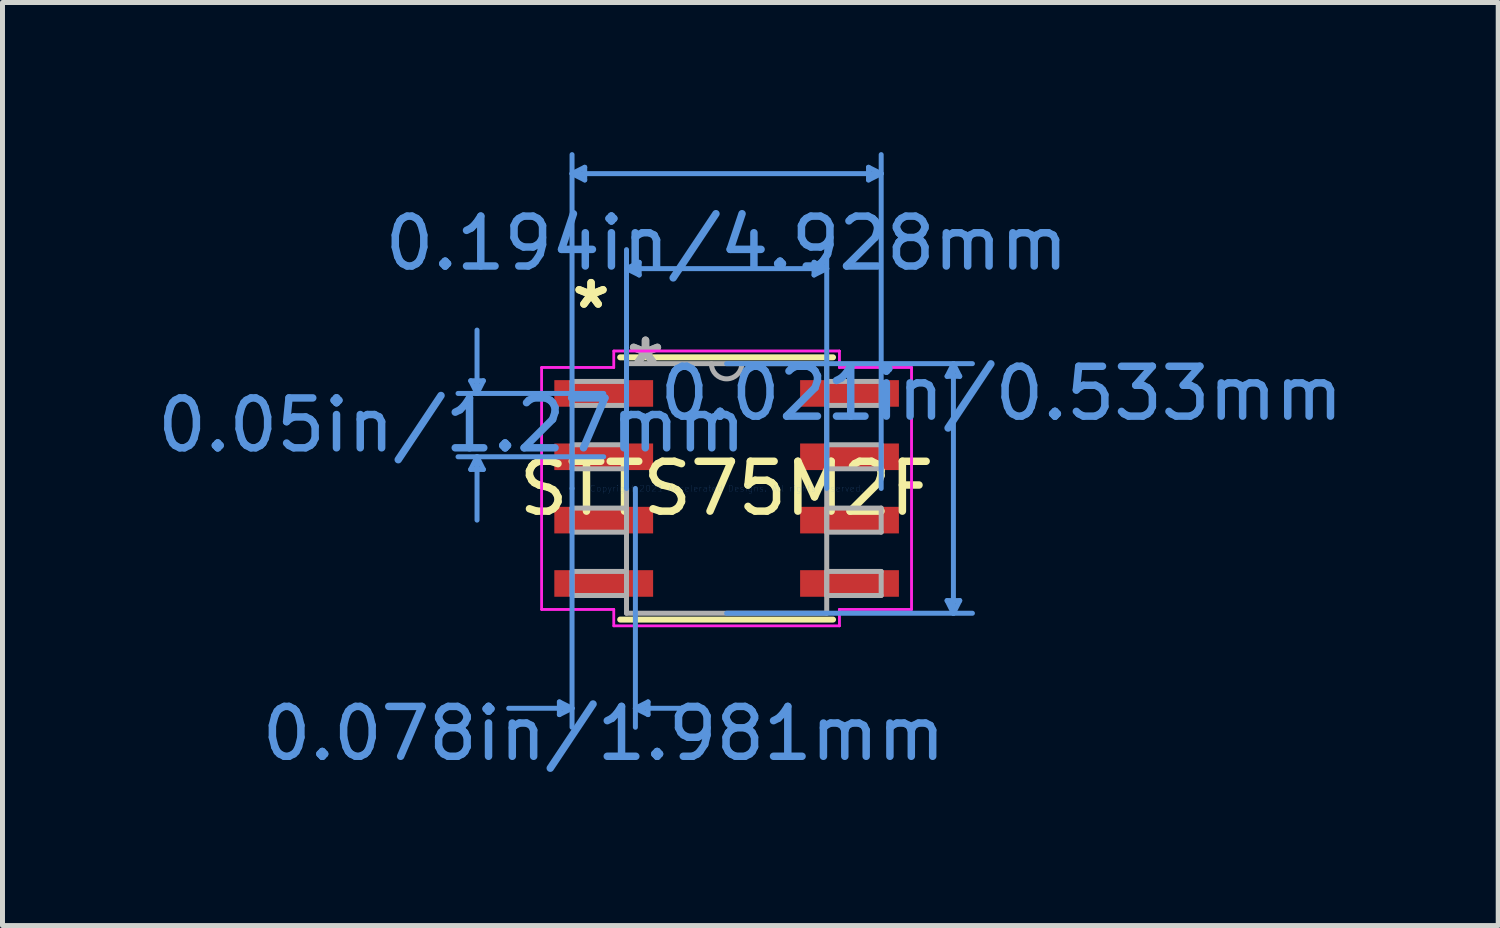
<source format=kicad_pcb>
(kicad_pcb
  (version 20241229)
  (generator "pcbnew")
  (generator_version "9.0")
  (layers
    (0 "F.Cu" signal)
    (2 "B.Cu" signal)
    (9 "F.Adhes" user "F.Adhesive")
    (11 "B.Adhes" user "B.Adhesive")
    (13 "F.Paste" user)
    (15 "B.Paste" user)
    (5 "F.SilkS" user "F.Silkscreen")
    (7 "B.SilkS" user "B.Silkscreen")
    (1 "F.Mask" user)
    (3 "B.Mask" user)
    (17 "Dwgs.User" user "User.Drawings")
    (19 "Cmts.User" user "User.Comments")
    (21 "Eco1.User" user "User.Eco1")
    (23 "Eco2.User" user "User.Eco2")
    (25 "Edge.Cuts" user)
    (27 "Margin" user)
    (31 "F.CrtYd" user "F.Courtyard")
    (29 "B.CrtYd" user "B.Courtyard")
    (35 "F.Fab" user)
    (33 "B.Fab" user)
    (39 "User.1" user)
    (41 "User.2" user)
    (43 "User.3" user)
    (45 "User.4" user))
  (footprint "STTS75M2F"
    (layer "F.Cu")
    (at 11.518 6.743)
    (property "Reference" "STTS75M2F" (at 0 0 0) (layer "F.SilkS") (effects (font (size 1 1) (thickness 0.15))))
    (attr through_hole)
    (fp_line (start -2.134 2.629) (end 2.134 2.629) (stroke (width 0.12) (type solid)) (layer "F.SilkS"))
    (fp_line (start 2.134 -2.629) (end -2.134 -2.629) (stroke (width 0.12) (type solid)) (layer "F.SilkS"))
    (fp_line (start -5.131 -2.159) (end -4.877 -2.159) (stroke (width 0.1) (type solid)) (layer "Cmts.User"))
    (fp_line (start -5.131 -0.381) (end -4.877 -0.381) (stroke (width 0.1) (type solid)) (layer "Cmts.User"))
    (fp_line (start -5.004 -1.905) (end -5.131 -2.159) (stroke (width 0.1) (type solid)) (layer "Cmts.User"))
    (fp_line (start -5.004 -1.905) (end -5.004 -3.175) (stroke (width 0.1) (type solid)) (layer "Cmts.User"))
    (fp_line (start -5.004 -1.905) (end -4.877 -2.159) (stroke (width 0.1) (type solid)) (layer "Cmts.User"))
    (fp_line (start -5.004 -0.635) (end -5.131 -0.381) (stroke (width 0.1) (type solid)) (layer "Cmts.User"))
    (fp_line (start -5.004 -0.635) (end -5.004 0.635) (stroke (width 0.1) (type solid)) (layer "Cmts.User"))
    (fp_line (start -5.004 -0.635) (end -4.877 -0.381) (stroke (width 0.1) (type solid)) (layer "Cmts.User"))
    (fp_line (start -3.353 4.28) (end -3.353 4.534) (stroke (width 0.1) (type solid)) (layer "Cmts.User"))
    (fp_line (start -3.099 -6.312) (end -2.845 -6.439) (stroke (width 0.1) (type solid)) (layer "Cmts.User"))
    (fp_line (start -3.099 -6.312) (end -2.845 -6.185) (stroke (width 0.1) (type solid)) (layer "Cmts.User"))
    (fp_line (start -3.099 -6.312) (end 3.099 -6.312) (stroke (width 0.1) (type solid)) (layer "Cmts.User"))
    (fp_line (start -3.099 0) (end -3.099 -6.693) (stroke (width 0.1) (type solid)) (layer "Cmts.User"))
    (fp_line (start -3.099 0) (end -3.099 4.788) (stroke (width 0.1) (type solid)) (layer "Cmts.User"))
    (fp_line (start -3.099 4.407) (end -4.369 4.407) (stroke (width 0.1) (type solid)) (layer "Cmts.User"))
    (fp_line (start -3.099 4.407) (end -3.353 4.28) (stroke (width 0.1) (type solid)) (layer "Cmts.User"))
    (fp_line (start -3.099 4.407) (end -3.353 4.534) (stroke (width 0.1) (type solid)) (layer "Cmts.User"))
    (fp_line (start -2.845 -6.439) (end -2.845 -6.185) (stroke (width 0.1) (type solid)) (layer "Cmts.User"))
    (fp_line (start -2.464 -1.905) (end -5.385 -1.905) (stroke (width 0.1) (type solid)) (layer "Cmts.User"))
    (fp_line (start -2.464 -0.635) (end -5.385 -0.635) (stroke (width 0.1) (type solid)) (layer "Cmts.User"))
    (fp_line (start -2.007 -4.407) (end -1.753 -4.534) (stroke (width 0.1) (type solid)) (layer "Cmts.User"))
    (fp_line (start -2.007 -4.407) (end -1.753 -4.28) (stroke (width 0.1) (type solid)) (layer "Cmts.User"))
    (fp_line (start -2.007 -4.407) (end 2.007 -4.407) (stroke (width 0.1) (type solid)) (layer "Cmts.User"))
    (fp_line (start -2.007 0) (end -2.007 -4.788) (stroke (width 0.1) (type solid)) (layer "Cmts.User"))
    (fp_line (start -1.829 0) (end -1.829 4.788) (stroke (width 0.1) (type solid)) (layer "Cmts.User"))
    (fp_line (start -1.829 4.407) (end -1.575 4.28) (stroke (width 0.1) (type solid)) (layer "Cmts.User"))
    (fp_line (start -1.829 4.407) (end -1.575 4.534) (stroke (width 0.1) (type solid)) (layer "Cmts.User"))
    (fp_line (start -1.829 4.407) (end -0.559 4.407) (stroke (width 0.1) (type solid)) (layer "Cmts.User"))
    (fp_line (start -1.753 -4.534) (end -1.753 -4.28) (stroke (width 0.1) (type solid)) (layer "Cmts.User"))
    (fp_line (start -1.575 4.28) (end -1.575 4.534) (stroke (width 0.1) (type solid)) (layer "Cmts.User"))
    (fp_line (start 0 -2.502) (end 4.928 -2.502) (stroke (width 0.1) (type solid)) (layer "Cmts.User"))
    (fp_line (start 0 2.502) (end 4.928 2.502) (stroke (width 0.1) (type solid)) (layer "Cmts.User"))
    (fp_line (start 1.753 -4.534) (end 1.753 -4.28) (stroke (width 0.1) (type solid)) (layer "Cmts.User"))
    (fp_line (start 2.007 -4.407) (end 1.753 -4.534) (stroke (width 0.1) (type solid)) (layer "Cmts.User"))
    (fp_line (start 2.007 -4.407) (end 1.753 -4.28) (stroke (width 0.1) (type solid)) (layer "Cmts.User"))
    (fp_line (start 2.007 0) (end 2.007 -4.788) (stroke (width 0.1) (type solid)) (layer "Cmts.User"))
    (fp_line (start 2.845 -6.439) (end 2.845 -6.185) (stroke (width 0.1) (type solid)) (layer "Cmts.User"))
    (fp_line (start 3.099 -6.312) (end 2.845 -6.439) (stroke (width 0.1) (type solid)) (layer "Cmts.User"))
    (fp_line (start 3.099 -6.312) (end 2.845 -6.185) (stroke (width 0.1) (type solid)) (layer "Cmts.User"))
    (fp_line (start 3.099 0) (end 3.099 -6.693) (stroke (width 0.1) (type solid)) (layer "Cmts.User"))
    (fp_line (start 4.42 -2.248) (end 4.674 -2.248) (stroke (width 0.1) (type solid)) (layer "Cmts.User"))
    (fp_line (start 4.42 2.248) (end 4.674 2.248) (stroke (width 0.1) (type solid)) (layer "Cmts.User"))
    (fp_line (start 4.547 -2.502) (end 4.42 -2.248) (stroke (width 0.1) (type solid)) (layer "Cmts.User"))
    (fp_line (start 4.547 -2.502) (end 4.547 2.502) (stroke (width 0.1) (type solid)) (layer "Cmts.User"))
    (fp_line (start 4.547 -2.502) (end 4.674 -2.248) (stroke (width 0.1) (type solid)) (layer "Cmts.User"))
    (fp_line (start 4.547 2.502) (end 4.42 2.248) (stroke (width 0.1) (type solid)) (layer "Cmts.User"))
    (fp_line (start 4.547 2.502) (end 4.674 2.248) (stroke (width 0.1) (type solid)) (layer "Cmts.User"))
    (fp_line (start -3.708 -2.426) (end -2.261 -2.426) (stroke (width 0.05) (type solid)) (layer "F.CrtYd"))
    (fp_line (start -3.708 -2.426) (end -2.261 -2.426) (stroke (width 0.05) (type solid)) (layer "F.CrtYd"))
    (fp_line (start -3.708 2.426) (end -3.708 -2.426) (stroke (width 0.05) (type solid)) (layer "F.CrtYd"))
    (fp_line (start -3.708 2.426) (end -3.708 -2.426) (stroke (width 0.05) (type solid)) (layer "F.CrtYd"))
    (fp_line (start -3.708 2.426) (end -2.261 2.426) (stroke (width 0.05) (type solid)) (layer "F.CrtYd"))
    (fp_line (start -2.261 -2.756) (end 2.261 -2.756) (stroke (width 0.05) (type solid)) (layer "F.CrtYd"))
    (fp_line (start -2.261 -2.756) (end 2.261 -2.756) (stroke (width 0.05) (type solid)) (layer "F.CrtYd"))
    (fp_line (start -2.261 -2.426) (end -2.261 -2.756) (stroke (width 0.05) (type solid)) (layer "F.CrtYd"))
    (fp_line (start -2.261 -2.426) (end -2.261 -2.756) (stroke (width 0.05) (type solid)) (layer "F.CrtYd"))
    (fp_line (start -2.261 2.426) (end -3.708 2.426) (stroke (width 0.05) (type solid)) (layer "F.CrtYd"))
    (fp_line (start -2.261 2.756) (end -2.261 2.426) (stroke (width 0.05) (type solid)) (layer "F.CrtYd"))
    (fp_line (start -2.261 2.756) (end -2.261 2.426) (stroke (width 0.05) (type solid)) (layer "F.CrtYd"))
    (fp_line (start 2.261 -2.756) (end 2.261 -2.426) (stroke (width 0.05) (type solid)) (layer "F.CrtYd"))
    (fp_line (start 2.261 -2.756) (end 2.261 -2.426) (stroke (width 0.05) (type solid)) (layer "F.CrtYd"))
    (fp_line (start 2.261 -2.426) (end 3.708 -2.426) (stroke (width 0.05) (type solid)) (layer "F.CrtYd"))
    (fp_line (start 2.261 2.426) (end 2.261 2.756) (stroke (width 0.05) (type solid)) (layer "F.CrtYd"))
    (fp_line (start 2.261 2.426) (end 2.261 2.756) (stroke (width 0.05) (type solid)) (layer "F.CrtYd"))
    (fp_line (start 2.261 2.756) (end -2.261 2.756) (stroke (width 0.05) (type solid)) (layer "F.CrtYd"))
    (fp_line (start 2.261 2.756) (end -2.261 2.756) (stroke (width 0.05) (type solid)) (layer "F.CrtYd"))
    (fp_line (start 3.708 -2.426) (end 2.261 -2.426) (stroke (width 0.05) (type solid)) (layer "F.CrtYd"))
    (fp_line (start 3.708 -2.426) (end 3.708 2.426) (stroke (width 0.05) (type solid)) (layer "F.CrtYd"))
    (fp_line (start 3.708 -2.426) (end 3.708 2.426) (stroke (width 0.05) (type solid)) (layer "F.CrtYd"))
    (fp_line (start 3.708 2.426) (end 2.261 2.426) (stroke (width 0.05) (type solid)) (layer "F.CrtYd"))
    (fp_line (start 3.708 2.426) (end 2.261 2.426) (stroke (width 0.05) (type solid)) (layer "F.CrtYd"))
    (fp_line (start -3.099 -2.146) (end -3.099 -1.664) (stroke (width 0.1) (type solid)) (layer "F.Fab"))
    (fp_line (start -3.099 -1.664) (end -2.007 -1.664) (stroke (width 0.1) (type solid)) (layer "F.Fab"))
    (fp_line (start -3.099 -0.876) (end -3.099 -0.394) (stroke (width 0.1) (type solid)) (layer "F.Fab"))
    (fp_line (start -3.099 -0.394) (end -2.007 -0.394) (stroke (width 0.1) (type solid)) (layer "F.Fab"))
    (fp_line (start -3.099 0.394) (end -3.099 0.876) (stroke (width 0.1) (type solid)) (layer "F.Fab"))
    (fp_line (start -3.099 0.876) (end -2.007 0.876) (stroke (width 0.1) (type solid)) (layer "F.Fab"))
    (fp_line (start -3.099 1.664) (end -3.099 2.146) (stroke (width 0.1) (type solid)) (layer "F.Fab"))
    (fp_line (start -3.099 2.146) (end -2.007 2.146) (stroke (width 0.1) (type solid)) (layer "F.Fab"))
    (fp_line (start -2.007 -2.502) (end -2.007 2.502) (stroke (width 0.1) (type solid)) (layer "F.Fab"))
    (fp_line (start -2.007 -2.146) (end -3.099 -2.146) (stroke (width 0.1) (type solid)) (layer "F.Fab"))
    (fp_line (start -2.007 -1.664) (end -2.007 -2.146) (stroke (width 0.1) (type solid)) (layer "F.Fab"))
    (fp_line (start -2.007 -0.876) (end -3.099 -0.876) (stroke (width 0.1) (type solid)) (layer "F.Fab"))
    (fp_line (start -2.007 -0.394) (end -2.007 -0.876) (stroke (width 0.1) (type solid)) (layer "F.Fab"))
    (fp_line (start -2.007 0.394) (end -3.099 0.394) (stroke (width 0.1) (type solid)) (layer "F.Fab"))
    (fp_line (start -2.007 0.876) (end -2.007 0.394) (stroke (width 0.1) (type solid)) (layer "F.Fab"))
    (fp_line (start -2.007 1.664) (end -3.099 1.664) (stroke (width 0.1) (type solid)) (layer "F.Fab"))
    (fp_line (start -2.007 2.146) (end -2.007 1.664) (stroke (width 0.1) (type solid)) (layer "F.Fab"))
    (fp_line (start -2.007 2.502) (end 2.007 2.502) (stroke (width 0.1) (type solid)) (layer "F.Fab"))
    (fp_line (start 2.007 -2.502) (end -2.007 -2.502) (stroke (width 0.1) (type solid)) (layer "F.Fab"))
    (fp_line (start 2.007 -2.146) (end 2.007 -1.664) (stroke (width 0.1) (type solid)) (layer "F.Fab"))
    (fp_line (start 2.007 -1.664) (end 3.099 -1.664) (stroke (width 0.1) (type solid)) (layer "F.Fab"))
    (fp_line (start 2.007 -0.876) (end 2.007 -0.394) (stroke (width 0.1) (type solid)) (layer "F.Fab"))
    (fp_line (start 2.007 -0.394) (end 3.099 -0.394) (stroke (width 0.1) (type solid)) (layer "F.Fab"))
    (fp_line (start 2.007 0.394) (end 2.007 0.876) (stroke (width 0.1) (type solid)) (layer "F.Fab"))
    (fp_line (start 2.007 0.876) (end 3.099 0.876) (stroke (width 0.1) (type solid)) (layer "F.Fab"))
    (fp_line (start 2.007 1.664) (end 2.007 2.146) (stroke (width 0.1) (type solid)) (layer "F.Fab"))
    (fp_line (start 2.007 2.146) (end 3.099 2.146) (stroke (width 0.1) (type solid)) (layer "F.Fab"))
    (fp_line (start 2.007 2.502) (end 2.007 -2.502) (stroke (width 0.1) (type solid)) (layer "F.Fab"))
    (fp_line (start 3.099 -2.146) (end 2.007 -2.146) (stroke (width 0.1) (type solid)) (layer "F.Fab"))
    (fp_line (start 3.099 -1.664) (end 3.099 -2.146) (stroke (width 0.1) (type solid)) (layer "F.Fab"))
    (fp_line (start 3.099 -0.876) (end 2.007 -0.876) (stroke (width 0.1) (type solid)) (layer "F.Fab"))
    (fp_line (start 3.099 -0.394) (end 3.099 -0.876) (stroke (width 0.1) (type solid)) (layer "F.Fab"))
    (fp_line (start 3.099 0.394) (end 2.007 0.394) (stroke (width 0.1) (type solid)) (layer "F.Fab"))
    (fp_line (start 3.099 0.876) (end 3.099 0.394) (stroke (width 0.1) (type solid)) (layer "F.Fab"))
    (fp_line (start 3.099 1.664) (end 2.007 1.664) (stroke (width 0.1) (type solid)) (layer "F.Fab"))
    (fp_line (start 3.099 2.146) (end 3.099 1.664) (stroke (width 0.1) (type solid)) (layer "F.Fab"))
    (fp_arc (start 0.3048 -2.5019) (mid 0 -2.1971) (end -0.3048 -2.5019) (stroke (width 0.1) (type solid)) (layer "F.Fab"))
    (fp_text user "*" (at -2.718 -3.581 0) (layer "F.SilkS") (effects (font (size 1 1) (thickness 0.15))))
    (fp_text user "*" (at -2.718 -3.581 0) (layer "F.SilkS") (effects (font (size 1 1) (thickness 0.15))))
    (fp_text user "0.05in/1.27mm" (at -5.512 -1.27 0) (layer "Cmts.User") (effects (font (size 1 1) (thickness 0.15))))
    (fp_text user "0.078in/1.981mm" (at -2.464 4.915 0) (layer "Cmts.User") (effects (font (size 1 1) (thickness 0.15))))
    (fp_text user "Copyright 2021 Accelerated Designs. All rights reserved." (at 0 0 0) (layer "Cmts.User") (effects (font (size 0.127 0.127) (thickness 0.002))))
    (fp_text user "0.021in/0.533mm" (at 5.512 -1.905 0) (layer "Cmts.User") (effects (font (size 1 1) (thickness 0.15))))
    (fp_text user "0.194in/4.928mm" (at 0 -4.915 0) (layer "Cmts.User") (effects (font (size 1 1) (thickness 0.15))))
    (fp_text user "*" (at -1.626 -2.426 0) (layer "F.Fab") (effects (font (size 1 1) (thickness 0.15))))
    (fp_text user "*" (at -1.626 -2.426 0) (layer "F.Fab") (effects (font (size 1 1) (thickness 0.15))))
    (pad "1" smd rect (at -2.464 -1.905) (size 1.981 0.533) (layers "F.Cu" "F.Mask" "F.Paste"))
    (pad "2" smd rect (at -2.464 -0.635) (size 1.981 0.533) (layers "F.Cu" "F.Mask" "F.Paste"))
    (pad "3" smd rect (at -2.464 0.635) (size 1.981 0.533) (layers "F.Cu" "F.Mask" "F.Paste"))
    (pad "4" smd rect (at -2.464 1.905) (size 1.981 0.533) (layers "F.Cu" "F.Mask" "F.Paste"))
    (pad "5" smd rect (at 2.464 1.905) (size 1.981 0.533) (layers "F.Cu" "F.Mask" "F.Paste"))
    (pad "6" smd rect (at 2.464 0.635) (size 1.981 0.533) (layers "F.Cu" "F.Mask" "F.Paste"))
    (pad "7" smd rect (at 2.464 -0.635) (size 1.981 0.533) (layers "F.Cu" "F.Mask" "F.Paste"))
    (pad "8" smd rect (at 2.464 -1.905) (size 1.981 0.533) (layers "F.Cu" "F.Mask" "F.Paste")))
  (gr_rect
    (start -3 -3)
    (end 26.988 15.506)
    (stroke (width 0.1) (type default))
    (fill no)
    (layer "Edge.Cuts")))
</source>
